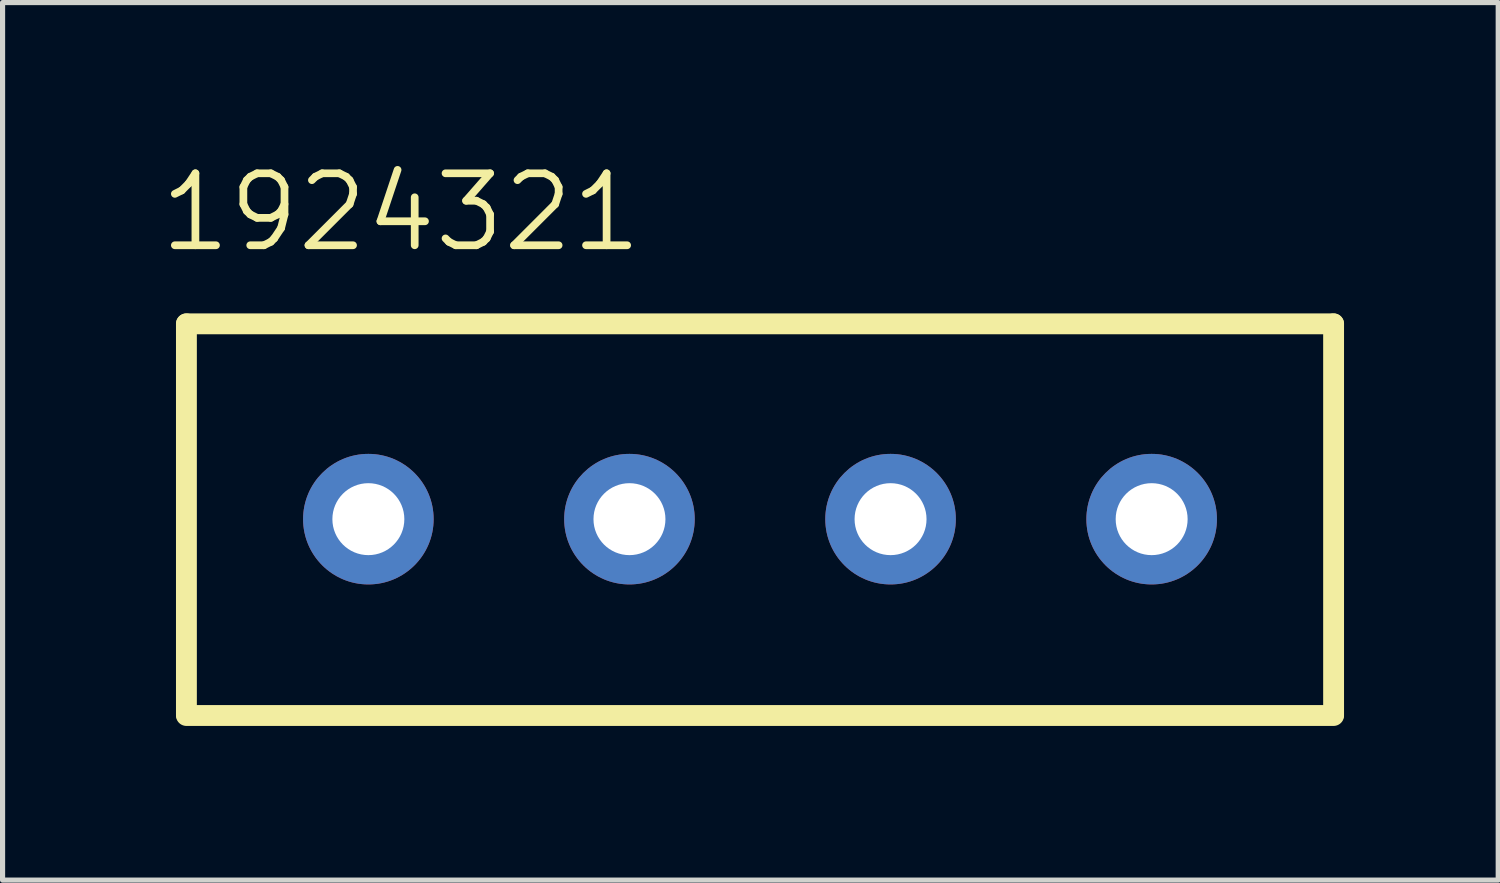
<source format=kicad_pcb>
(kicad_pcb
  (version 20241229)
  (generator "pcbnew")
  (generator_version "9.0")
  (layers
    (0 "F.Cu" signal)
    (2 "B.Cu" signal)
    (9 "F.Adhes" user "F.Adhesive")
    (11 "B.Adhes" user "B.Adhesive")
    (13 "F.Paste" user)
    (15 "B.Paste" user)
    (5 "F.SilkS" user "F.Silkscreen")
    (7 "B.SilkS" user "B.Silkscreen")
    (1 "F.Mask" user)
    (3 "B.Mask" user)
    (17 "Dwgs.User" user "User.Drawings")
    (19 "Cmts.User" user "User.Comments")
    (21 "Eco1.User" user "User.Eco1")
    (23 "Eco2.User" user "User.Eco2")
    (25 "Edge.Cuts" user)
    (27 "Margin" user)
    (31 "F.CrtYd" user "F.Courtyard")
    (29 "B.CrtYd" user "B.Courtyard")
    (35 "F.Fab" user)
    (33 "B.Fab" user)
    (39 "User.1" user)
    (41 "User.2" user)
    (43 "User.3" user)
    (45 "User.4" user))
  (footprint "1924321"
    (layer "F.Cu")
    (at 11.737 7.051)
    (property "Reference" "1924321" (at -6.985 -5.969 0) (layer "F.SilkS") (effects (font (size 1.4 1.4) (thickness 0.15))))
    (attr through_hole)
    (fp_line (start -11.16 -3.8) (end -11.16 3.8) (stroke (width 0.406) (type solid)) (layer "F.SilkS"))
    (fp_line (start -11.16 -3.8) (end 11.16 -3.8) (stroke (width 0.406) (type solid)) (layer "F.SilkS"))
    (fp_line (start -11.16 3.82) (end 11.16 3.82) (stroke (width 0.406) (type solid)) (layer "F.SilkS"))
    (fp_line (start 11.16 -3.8) (end 11.16 3.8) (stroke (width 0.406) (type solid)) (layer "F.SilkS"))
    (pad "P$1" thru_hole circle (at -7.62 0) (size 2.54 2.54) (drill 1.4) (layers "*.Cu" "*.Mask"))
    (pad "P$2" thru_hole circle (at -2.54 0) (size 2.54 2.54) (drill 1.4) (layers "*.Cu" "*.Mask"))
    (pad "P$3" thru_hole circle (at 2.54 0) (size 2.54 2.54) (drill 1.4) (layers "*.Cu" "*.Mask"))
    (pad "P$4" thru_hole circle (at 7.62 0) (size 2.54 2.54) (drill 1.4) (layers "*.Cu" "*.Mask")))
  (gr_rect
    (start -3 -3)
    (end 26.1 14.074)
    (stroke (width 0.1) (type default))
    (fill no)
    (layer "Edge.Cuts")))
</source>
